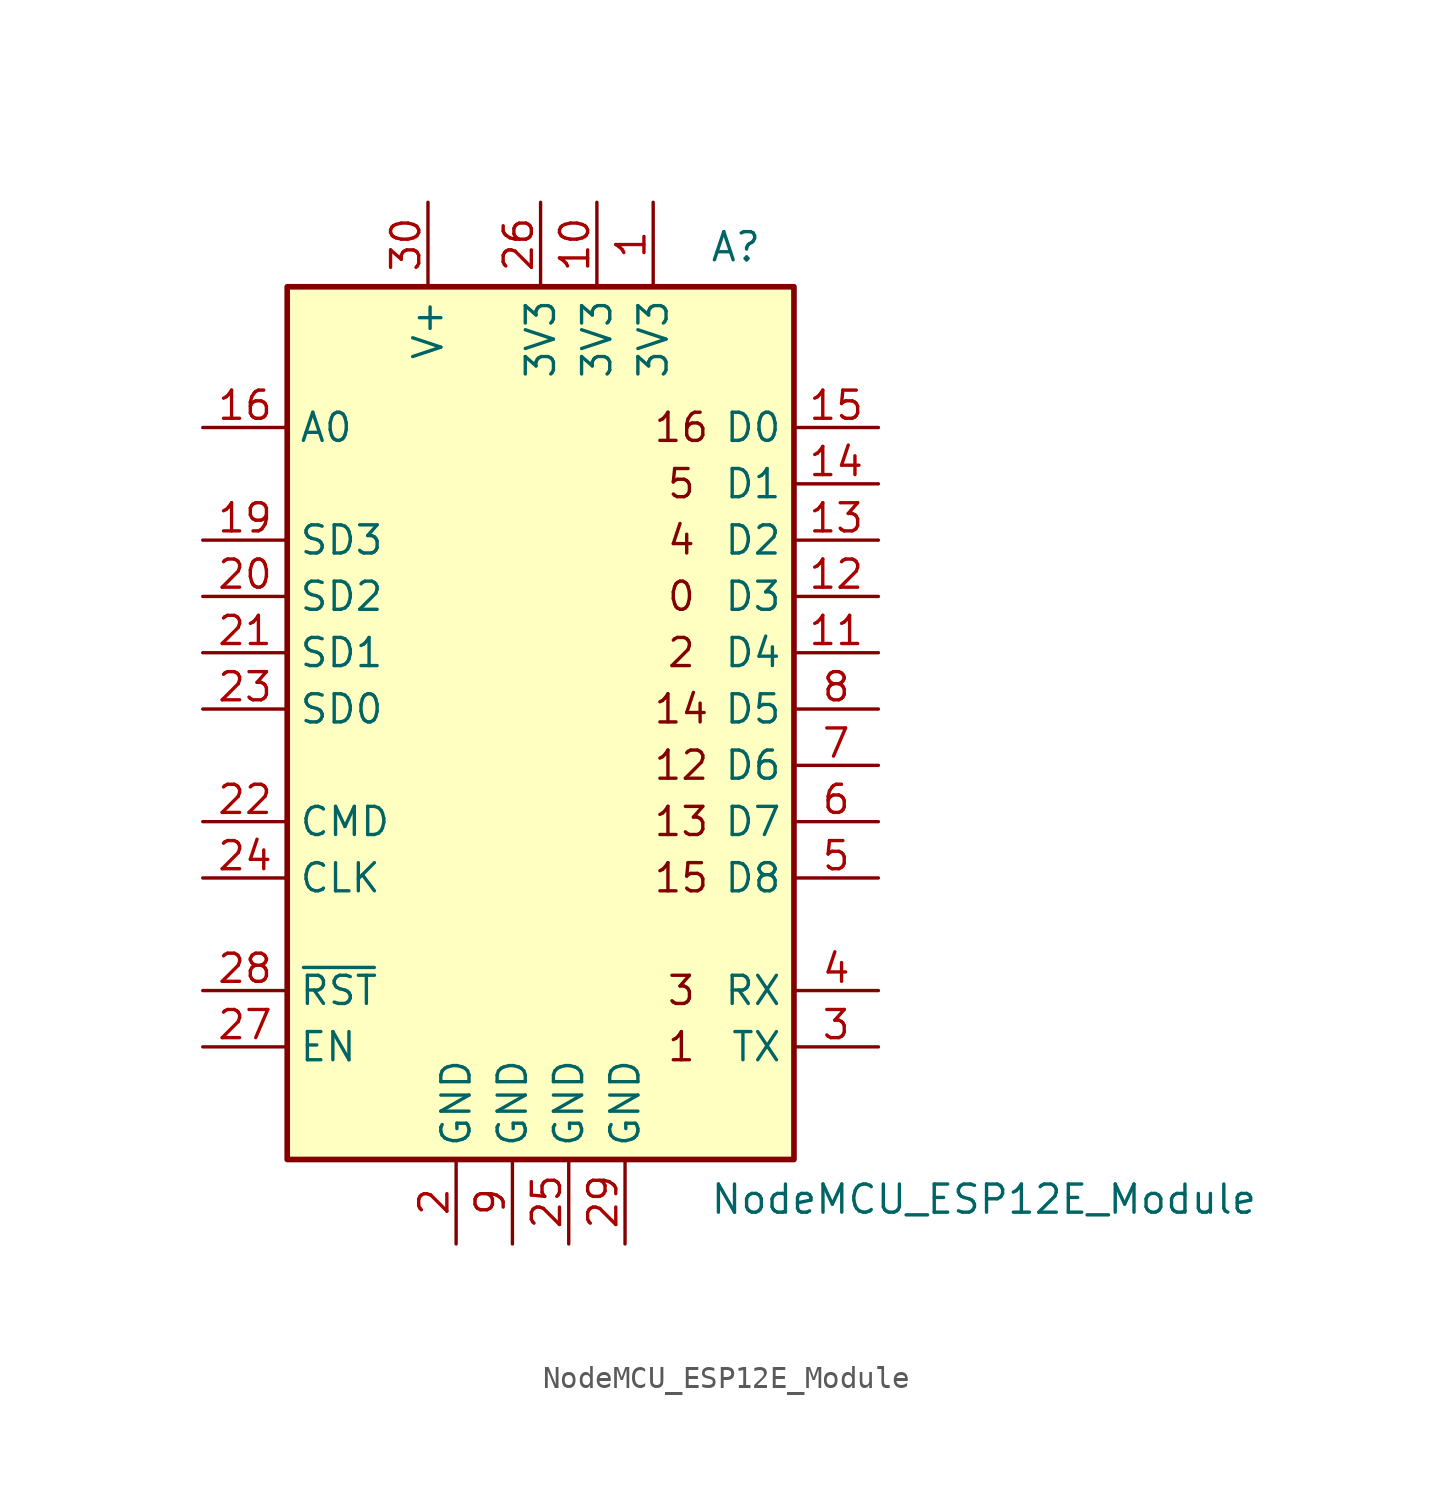
<source format=kicad_sym>
(kicad_symbol_lib
  (version 20211014)
  (generator kicad_symbol_editor)
  (symbol "NodeMCU_ESP12E_Module"
    (property "Reference" "A"
      (at 7.62 19.05 0)
      (effects (font (size 1.27 1.27)) (justify left top)))
    (property "Value" "NodeMCU_ESP12E_Module"
      (at 7.62 -25.4 0)
      (effects (font (size 1.27 1.27)) (justify left bottom)))
    (symbol "NodeMCU_ESP12E_Module_0_0"
      (text "0" (at 6.35 2.54 0) (effects (font (size 1.27 1.27))))
      (text "1" (at 6.35 -17.78 0) (effects (font (size 1.27 1.27))))
      (text "12" (at 6.35 -5.08 0) (effects (font (size 1.27 1.27))))
      (text "13" (at 6.35 -7.62 0) (effects (font (size 1.27 1.27))))
      (text "14" (at 6.35 -2.54 0) (effects (font (size 1.27 1.27))))
      (text "15" (at 6.35 -10.16 0) (effects (font (size 1.27 1.27))))
      (text "16" (at 6.35 10.16 0) (effects (font (size 1.27 1.27))))
      (text "2" (at 6.35 0 0) (effects (font (size 1.27 1.27))))
      (text "3" (at 6.35 -15.24 0) (effects (font (size 1.27 1.27))))
      (text "4" (at 6.35 5.08 0) (effects (font (size 1.27 1.27))))
      (text "5" (at 6.35 7.62 0) (effects (font (size 1.27 1.27)))))
    (symbol "NodeMCU_ESP12E_Module_0_1"
      (rectangle (start -11.43 16.51) (end 11.43 -22.86) (stroke (width 0.254) (type default) (color 0 0 0 0)) (fill (type background))))
    (symbol "NodeMCU_ESP12E_Module_1_1"
      (pin power_out line (at 5.08 20.32 270) (length 3.81) (name "3V3" (effects (font (size 1.27 1.27)))) (number "1" (effects (font (size 1.27 1.27)))))
      (pin power_in line (at 2.54 20.32 270) (length 3.81) (name "3V3" (effects (font (size 1.27 1.27)))) (number "10" (effects (font (size 1.27 1.27)))))
      (pin bidirectional line (at 15.24 0 180) (length 3.81) (name "D4" (effects (font (size 1.27 1.27)))) (number "11" (effects (font (size 1.27 1.27)))))
      (pin bidirectional line (at 15.24 2.54 180) (length 3.81) (name "D3" (effects (font (size 1.27 1.27)))) (number "12" (effects (font (size 1.27 1.27)))))
      (pin bidirectional line (at 15.24 5.08 180) (length 3.81) (name "D2" (effects (font (size 1.27 1.27)))) (number "13" (effects (font (size 1.27 1.27)))))
      (pin bidirectional line (at 15.24 7.62 180) (length 3.81) (name "D1" (effects (font (size 1.27 1.27)))) (number "14" (effects (font (size 1.27 1.27)))))
      (pin bidirectional line (at 15.24 10.16 180) (length 3.81) (name "D0" (effects (font (size 1.27 1.27)))) (number "15" (effects (font (size 1.27 1.27)))))
      (pin bidirectional line (at -15.24 10.16 0) (length 3.81) (name "A0" (effects (font (size 1.27 1.27)))) (number "16" (effects (font (size 1.27 1.27)))))
      (pin bidirectional line (at -15.24 5.08 0) (length 3.81) (name "SD3" (effects (font (size 1.27 1.27)))) (number "19" (effects (font (size 1.27 1.27)))))
      (pin power_in line (at -3.81 -26.67 90) (length 3.81) (name "GND" (effects (font (size 1.27 1.27)))) (number "2" (effects (font (size 1.27 1.27)))))
      (pin bidirectional line (at -15.24 2.54 0) (length 3.81) (name "SD2" (effects (font (size 1.27 1.27)))) (number "20" (effects (font (size 1.27 1.27)))))
      (pin bidirectional line (at -15.24 0 0) (length 3.81) (name "SD1" (effects (font (size 1.27 1.27)))) (number "21" (effects (font (size 1.27 1.27)))))
      (pin bidirectional line (at -15.24 -7.62 0) (length 3.81) (name "CMD" (effects (font (size 1.27 1.27)))) (number "22" (effects (font (size 1.27 1.27)))))
      (pin bidirectional line (at -15.24 -2.54 0) (length 3.81) (name "SD0" (effects (font (size 1.27 1.27)))) (number "23" (effects (font (size 1.27 1.27)))))
      (pin bidirectional line (at -15.24 -10.16 0) (length 3.81) (name "CLK" (effects (font (size 1.27 1.27)))) (number "24" (effects (font (size 1.27 1.27)))))
      (pin power_in line (at 1.27 -26.67 90) (length 3.81) (name "GND" (effects (font (size 1.27 1.27)))) (number "25" (effects (font (size 1.27 1.27)))))
      (pin power_in line (at 0 20.32 270) (length 3.81) (name "3V3" (effects (font (size 1.27 1.27)))) (number "26" (effects (font (size 1.27 1.27)))))
      (pin input line (at -15.24 -17.78 0) (length 3.81) (name "EN" (effects (font (size 1.27 1.27)))) (number "27" (effects (font (size 1.27 1.27)))))
      (pin input line (at -15.24 -15.24 0) (length 3.81) (name "~{RST}" (effects (font (size 1.27 1.27)))) (number "28" (effects (font (size 1.27 1.27)))))
      (pin power_in line (at 3.81 -26.67 90) (length 3.81) (name "GND" (effects (font (size 1.27 1.27)))) (number "29" (effects (font (size 1.27 1.27)))))
      (pin bidirectional line (at 15.24 -17.78 180) (length 3.81) (name "TX" (effects (font (size 1.27 1.27)))) (number "3" (effects (font (size 1.27 1.27)))))
      (pin power_in line (at -5.08 20.32 270) (length 3.81) (name "V+" (effects (font (size 1.27 1.27)))) (number "30" (effects (font (size 1.27 1.27)))))
      (pin bidirectional line (at 15.24 -15.24 180) (length 3.81) (name "RX" (effects (font (size 1.27 1.27)))) (number "4" (effects (font (size 1.27 1.27)))))
      (pin bidirectional line (at 15.24 -10.16 180) (length 3.81) (name "D8" (effects (font (size 1.27 1.27)))) (number "5" (effects (font (size 1.27 1.27)))))
      (pin bidirectional line (at 15.24 -7.62 180) (length 3.81) (name "D7" (effects (font (size 1.27 1.27)))) (number "6" (effects (font (size 1.27 1.27)))))
      (pin bidirectional line (at 15.24 -5.08 180) (length 3.81) (name "D6" (effects (font (size 1.27 1.27)))) (number "7" (effects (font (size 1.27 1.27)))))
      (pin bidirectional line (at 15.24 -2.54 180) (length 3.81) (name "D5" (effects (font (size 1.27 1.27)))) (number "8" (effects (font (size 1.27 1.27)))))
      (pin power_in line (at -1.27 -26.67 90) (length 3.81) (name "GND" (effects (font (size 1.27 1.27)))) (number "9" (effects (font (size 1.27 1.27))))))))
</source>
